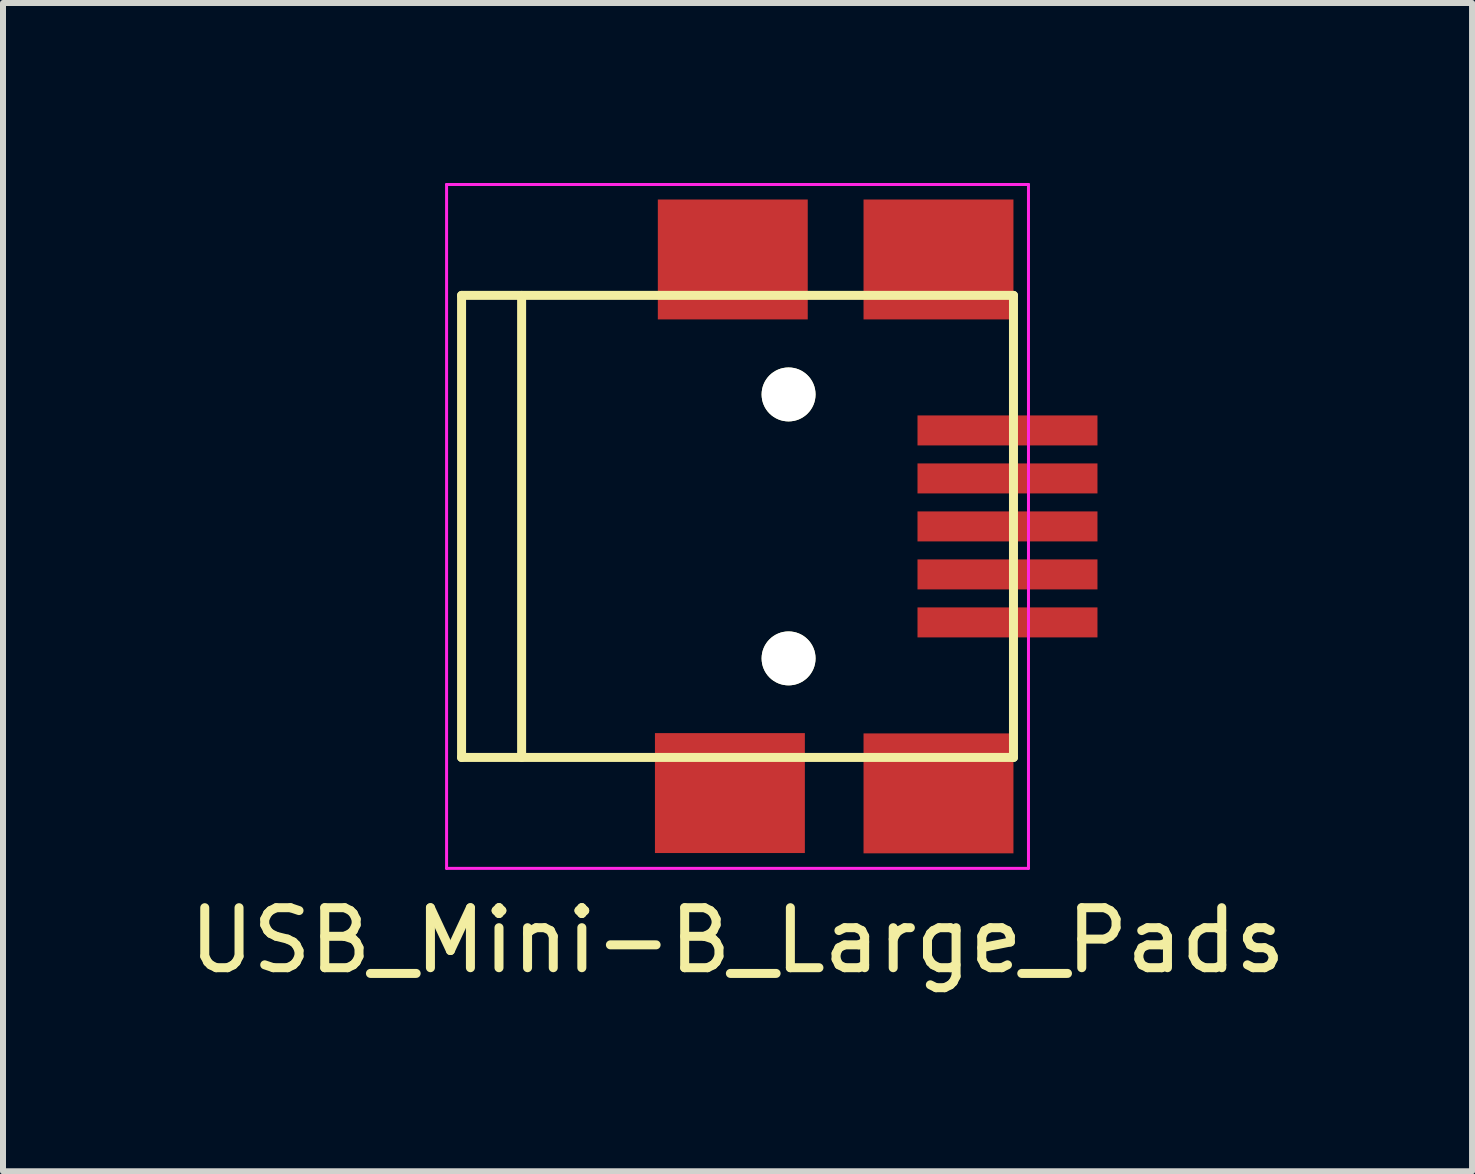
<source format=kicad_pcb>
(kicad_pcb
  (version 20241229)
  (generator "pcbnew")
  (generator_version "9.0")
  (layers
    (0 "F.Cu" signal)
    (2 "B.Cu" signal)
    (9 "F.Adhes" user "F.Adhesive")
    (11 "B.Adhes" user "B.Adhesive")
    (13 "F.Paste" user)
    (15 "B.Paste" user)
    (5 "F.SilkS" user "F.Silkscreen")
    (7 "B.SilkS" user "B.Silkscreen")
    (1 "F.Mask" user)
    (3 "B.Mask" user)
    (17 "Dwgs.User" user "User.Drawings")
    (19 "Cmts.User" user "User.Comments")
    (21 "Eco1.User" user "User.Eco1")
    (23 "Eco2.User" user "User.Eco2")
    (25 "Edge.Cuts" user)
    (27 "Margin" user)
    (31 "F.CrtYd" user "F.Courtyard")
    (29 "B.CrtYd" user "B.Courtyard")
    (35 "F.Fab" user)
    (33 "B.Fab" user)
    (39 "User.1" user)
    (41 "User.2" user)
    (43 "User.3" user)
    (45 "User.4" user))
  (footprint "USB_Mini-B_Large_Pads"
    (layer "F.Cu")
    (at 9.244 5.725)
    (property "Reference" "USB_Mini-B_Large_Pads" (at 0 6.901 0) (layer "F.SilkS") (effects (font (size 1 1) (thickness 0.15))))
    (attr smd)
    (fp_line (start -4.6 -3.851) (end -4.6 3.851) (stroke (width 0.15) (type solid)) (layer "F.SilkS"))
    (fp_line (start -4.6 3.851) (end 4.6 3.851) (stroke (width 0.15) (type solid)) (layer "F.SilkS"))
    (fp_line (start -3.599 -3.851) (end -3.599 3.851) (stroke (width 0.15) (type solid)) (layer "F.SilkS"))
    (fp_line (start 4.6 -3.851) (end -4.6 -3.851) (stroke (width 0.15) (type solid)) (layer "F.SilkS"))
    (fp_line (start 4.6 3.851) (end 4.6 -3.851) (stroke (width 0.15) (type solid)) (layer "F.SilkS"))
    (fp_line (start -4.85 -5.7) (end 4.85 -5.7) (stroke (width 0.05) (type solid)) (layer "F.CrtYd"))
    (fp_line (start -4.85 5.7) (end -4.85 -5.7) (stroke (width 0.05) (type solid)) (layer "F.CrtYd"))
    (fp_line (start 4.85 -5.7) (end 4.85 5.7) (stroke (width 0.05) (type solid)) (layer "F.CrtYd"))
    (fp_line (start 4.85 5.7) (end -4.85 5.7) (stroke (width 0.05) (type solid)) (layer "F.CrtYd"))
    (pad "" np_thru_hole circle (at 0.851 -2.2) (size 0.899 0.899) (drill 0.899) (layers "*.Cu" "*.Mask" "F.SilkS"))
    (pad "" np_thru_hole circle (at 0.851 2.2) (size 0.899 0.899) (drill 0.899) (layers "*.Cu" "*.Mask" "F.SilkS"))
    (pad "1" smd rect (at 4.5 -1.6) (size 3 0.5) (layers "F.Cu" "F.Mask" "F.Paste"))
    (pad "2" smd rect (at 4.5 -0.8) (size 3 0.5) (layers "F.Cu" "F.Mask" "F.Paste"))
    (pad "3" smd rect (at 4.5 0) (size 3 0.5) (layers "F.Cu" "F.Mask" "F.Paste"))
    (pad "4" smd rect (at 4.5 0.8) (size 3 0.5) (layers "F.Cu" "F.Mask" "F.Paste"))
    (pad "5" smd rect (at 4.5 1.6) (size 3 0.5) (layers "F.Cu" "F.Mask" "F.Paste"))
    (pad "6" smd rect (at -0.127 4.445) (size 2.499 1.999) (layers "F.Cu" "F.Mask" "F.Paste"))
    (pad "6" smd rect (at -0.079 -4.45) (size 2.499 1.999) (layers "F.Cu" "F.Mask" "F.Paste"))
    (pad "6" smd rect (at 3.35 -4.45) (size 2.499 1.999) (layers "F.Cu" "F.Mask" "F.Paste"))
    (pad "6" smd rect (at 3.35 4.45) (size 2.499 1.999) (layers "F.Cu" "F.Mask" "F.Paste")))
  (gr_rect
    (start -3 -3)
    (end 21.488 16.474)
    (stroke (width 0.1) (type default))
    (fill no)
    (layer "Edge.Cuts")))
</source>
